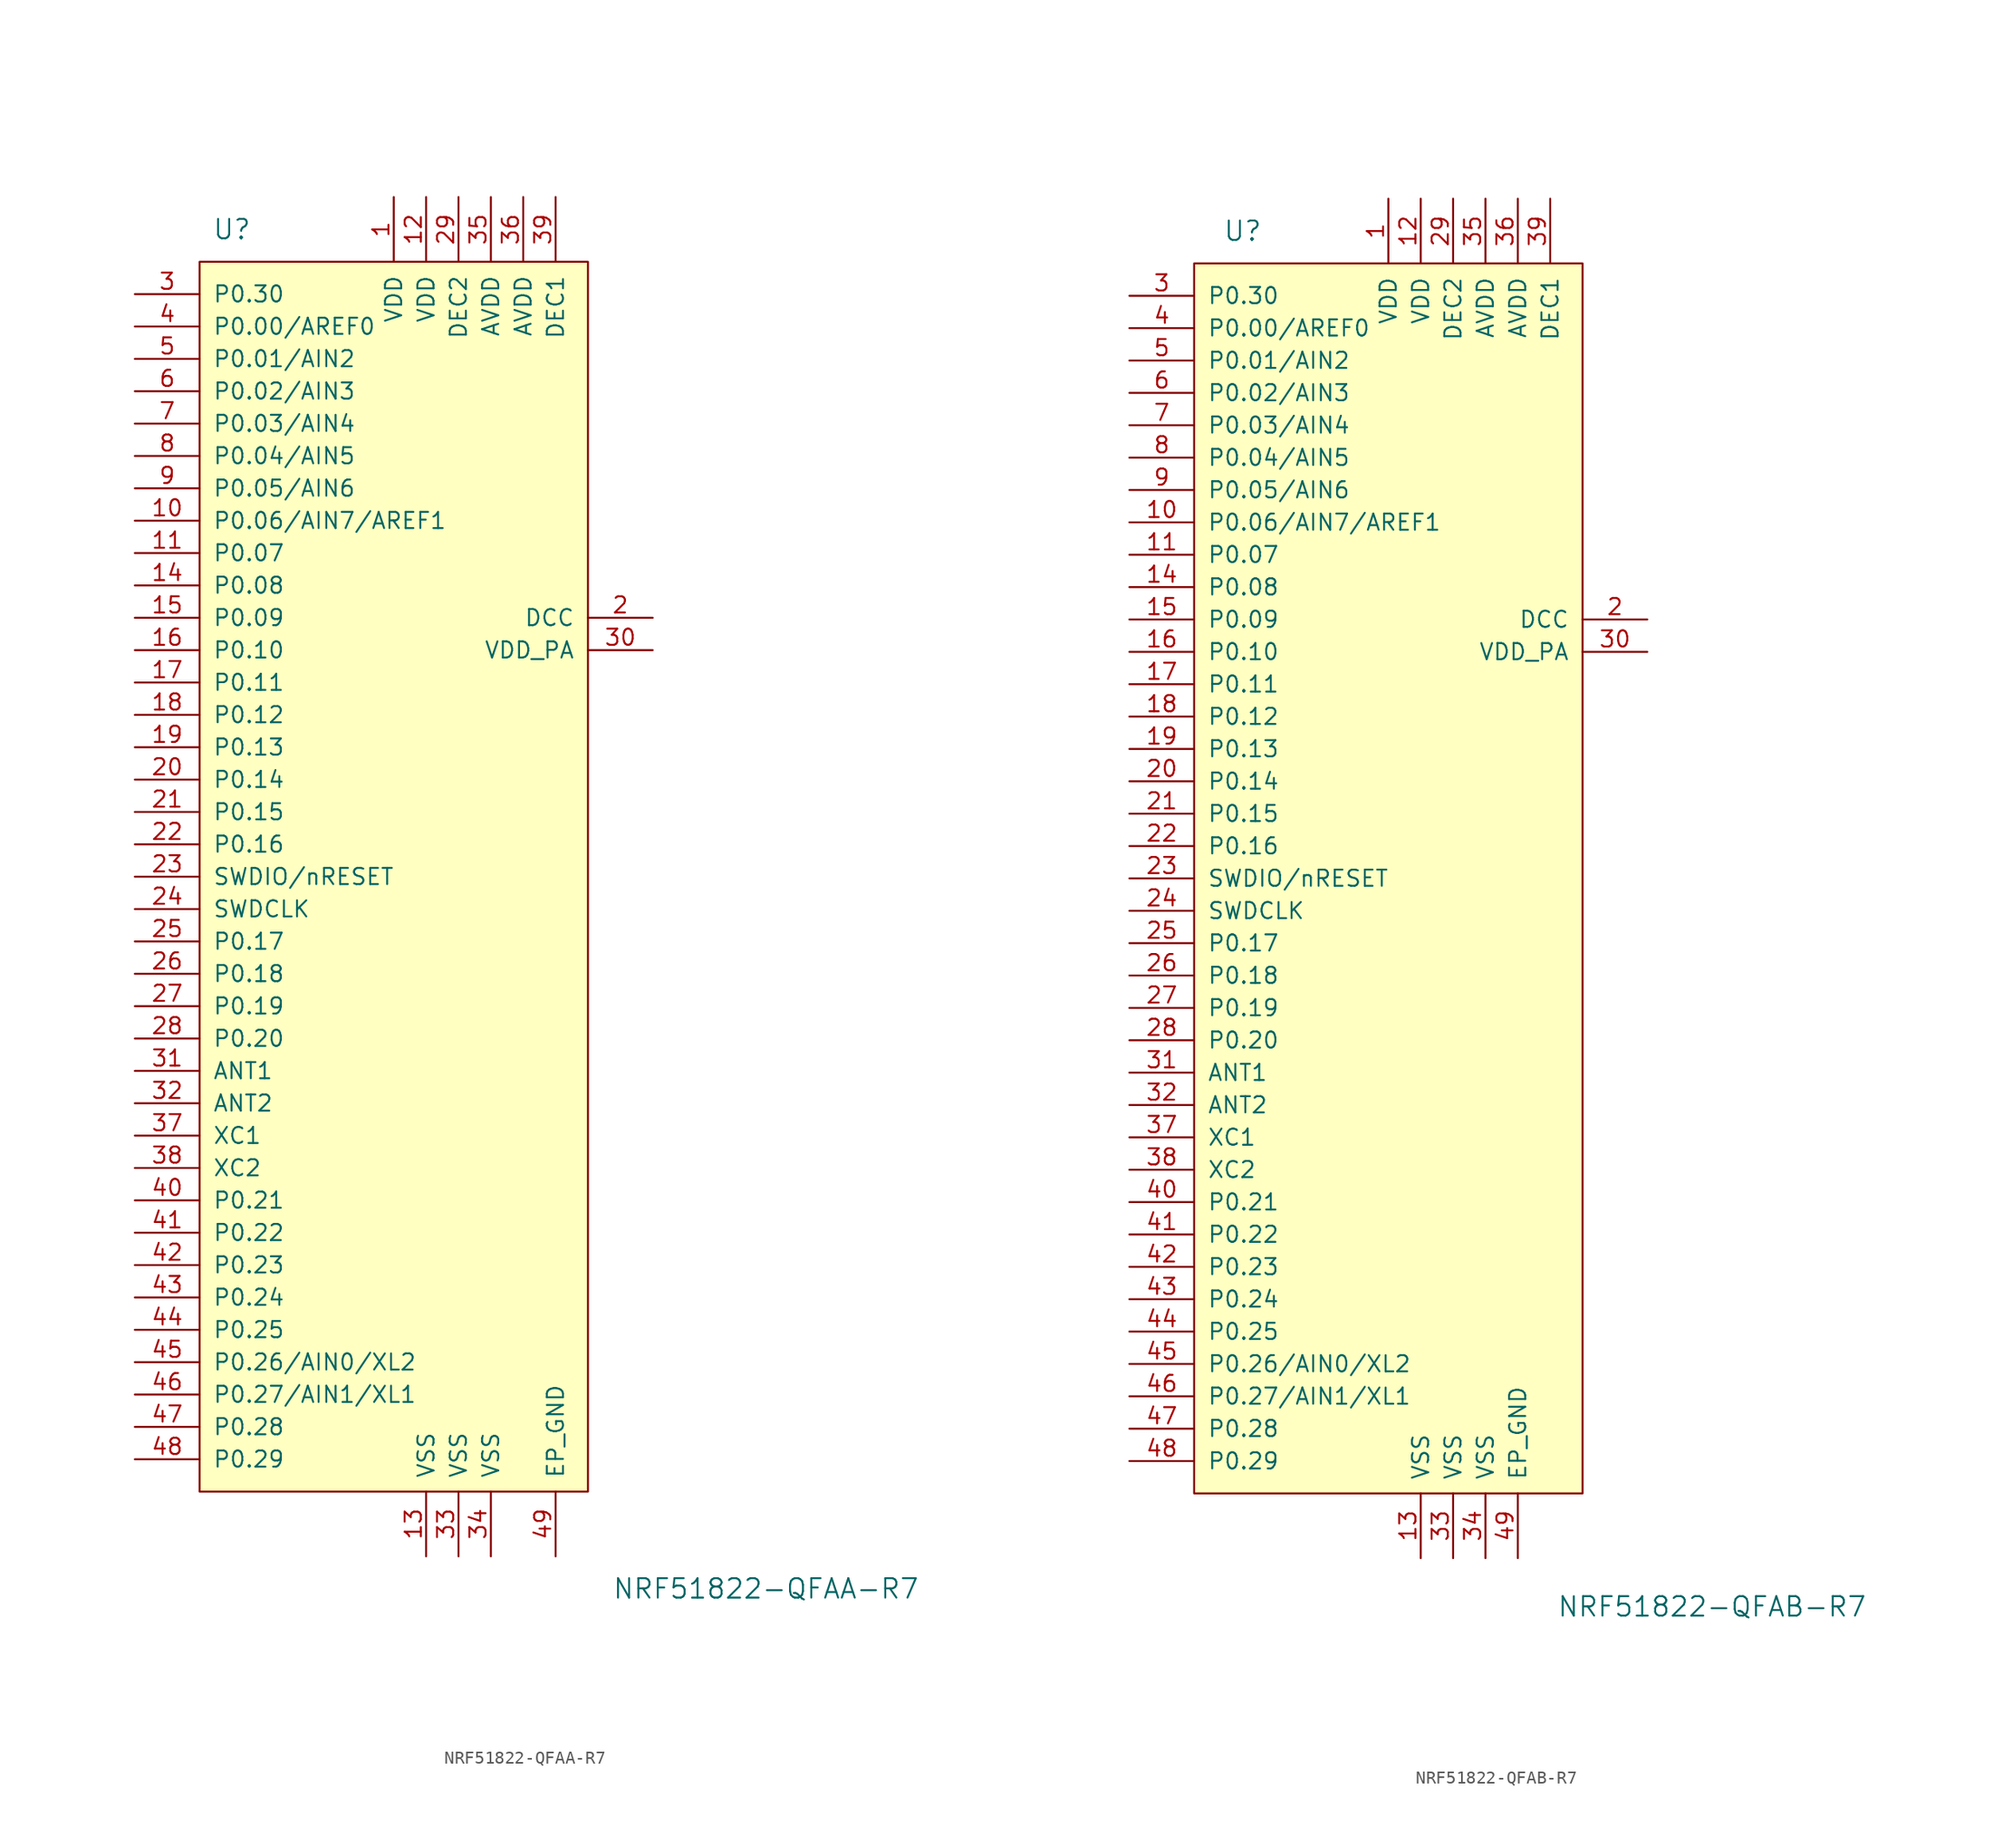
<source format=kicad_sym>
(kicad_symbol_lib
  (version 20211014)
  (generator kicad_symbol_editor)
  (symbol "NRF51822-QFAA-R7"
    (pin_names
      (offset 1.016))
    (property "Reference" "U"
      (at -17.78 45.72 0)
      (effects (font (size 1.524 1.524))))
    (property "Value" "NRF51822-QFAA-R7"
      (at 24.13 -60.96 0)
      (effects (font (size 1.524 1.524))))
    (symbol "NRF51822-QFAA-R7_0_1"
      (rectangle (start -20.32 43.18) (end 10.16 -53.34) (stroke (width 0) (type default) (color 0 0 0 0)) (fill (type background))))
    (symbol "NRF51822-QFAA-R7_1_1"
      (pin power_in line (at -5.08 48.26 270) (length 5.08) (name "VDD" (effects (font (size 1.27 1.27)))) (number "1" (effects (font (size 1.27 1.27)))))
      (pin bidirectional line (at -25.4 22.86 0) (length 5.08) (name "P0.06/AIN7/AREF1" (effects (font (size 1.27 1.27)))) (number "10" (effects (font (size 1.27 1.27)))))
      (pin bidirectional line (at -25.4 20.32 0) (length 5.08) (name "P0.07" (effects (font (size 1.27 1.27)))) (number "11" (effects (font (size 1.27 1.27)))))
      (pin power_in line (at -2.54 48.26 270) (length 5.08) (name "VDD" (effects (font (size 1.27 1.27)))) (number "12" (effects (font (size 1.27 1.27)))))
      (pin power_in line (at -2.54 -58.42 90) (length 5.08) (name "VSS" (effects (font (size 1.27 1.27)))) (number "13" (effects (font (size 1.27 1.27)))))
      (pin bidirectional line (at -25.4 17.78 0) (length 5.08) (name "P0.08" (effects (font (size 1.27 1.27)))) (number "14" (effects (font (size 1.27 1.27)))))
      (pin bidirectional line (at -25.4 15.24 0) (length 5.08) (name "P0.09" (effects (font (size 1.27 1.27)))) (number "15" (effects (font (size 1.27 1.27)))))
      (pin bidirectional line (at -25.4 12.7 0) (length 5.08) (name "P0.10" (effects (font (size 1.27 1.27)))) (number "16" (effects (font (size 1.27 1.27)))))
      (pin bidirectional line (at -25.4 10.16 0) (length 5.08) (name "P0.11" (effects (font (size 1.27 1.27)))) (number "17" (effects (font (size 1.27 1.27)))))
      (pin bidirectional line (at -25.4 7.62 0) (length 5.08) (name "P0.12" (effects (font (size 1.27 1.27)))) (number "18" (effects (font (size 1.27 1.27)))))
      (pin bidirectional line (at -25.4 5.08 0) (length 5.08) (name "P0.13" (effects (font (size 1.27 1.27)))) (number "19" (effects (font (size 1.27 1.27)))))
      (pin power_out line (at 15.24 15.24 180) (length 5.08) (name "DCC" (effects (font (size 1.27 1.27)))) (number "2" (effects (font (size 1.27 1.27)))))
      (pin bidirectional line (at -25.4 2.54 0) (length 5.08) (name "P0.14" (effects (font (size 1.27 1.27)))) (number "20" (effects (font (size 1.27 1.27)))))
      (pin bidirectional line (at -25.4 0 0) (length 5.08) (name "P0.15" (effects (font (size 1.27 1.27)))) (number "21" (effects (font (size 1.27 1.27)))))
      (pin bidirectional line (at -25.4 -2.54 0) (length 5.08) (name "P0.16" (effects (font (size 1.27 1.27)))) (number "22" (effects (font (size 1.27 1.27)))))
      (pin bidirectional line (at -25.4 -5.08 0) (length 5.08) (name "SWDIO/nRESET" (effects (font (size 1.27 1.27)))) (number "23" (effects (font (size 1.27 1.27)))))
      (pin input line (at -25.4 -7.62 0) (length 5.08) (name "SWDCLK" (effects (font (size 1.27 1.27)))) (number "24" (effects (font (size 1.27 1.27)))))
      (pin bidirectional line (at -25.4 -10.16 0) (length 5.08) (name "P0.17" (effects (font (size 1.27 1.27)))) (number "25" (effects (font (size 1.27 1.27)))))
      (pin bidirectional line (at -25.4 -12.7 0) (length 5.08) (name "P0.18" (effects (font (size 1.27 1.27)))) (number "26" (effects (font (size 1.27 1.27)))))
      (pin bidirectional line (at -25.4 -15.24 0) (length 5.08) (name "P0.19" (effects (font (size 1.27 1.27)))) (number "27" (effects (font (size 1.27 1.27)))))
      (pin bidirectional line (at -25.4 -17.78 0) (length 5.08) (name "P0.20" (effects (font (size 1.27 1.27)))) (number "28" (effects (font (size 1.27 1.27)))))
      (pin power_in line (at 0 48.26 270) (length 5.08) (name "DEC2" (effects (font (size 1.27 1.27)))) (number "29" (effects (font (size 1.27 1.27)))))
      (pin bidirectional line (at -25.4 40.64 0) (length 5.08) (name "P0.30" (effects (font (size 1.27 1.27)))) (number "3" (effects (font (size 1.27 1.27)))))
      (pin power_out line (at 15.24 12.7 180) (length 5.08) (name "VDD_PA" (effects (font (size 1.27 1.27)))) (number "30" (effects (font (size 1.27 1.27)))))
      (pin input line (at -25.4 -20.32 0) (length 5.08) (name "ANT1" (effects (font (size 1.27 1.27)))) (number "31" (effects (font (size 1.27 1.27)))))
      (pin input line (at -25.4 -22.86 0) (length 5.08) (name "ANT2" (effects (font (size 1.27 1.27)))) (number "32" (effects (font (size 1.27 1.27)))))
      (pin power_in line (at 0 -58.42 90) (length 5.08) (name "VSS" (effects (font (size 1.27 1.27)))) (number "33" (effects (font (size 1.27 1.27)))))
      (pin power_in line (at 2.54 -58.42 90) (length 5.08) (name "VSS" (effects (font (size 1.27 1.27)))) (number "34" (effects (font (size 1.27 1.27)))))
      (pin power_in line (at 2.54 48.26 270) (length 5.08) (name "AVDD" (effects (font (size 1.27 1.27)))) (number "35" (effects (font (size 1.27 1.27)))))
      (pin power_in line (at 5.08 48.26 270) (length 5.08) (name "AVDD" (effects (font (size 1.27 1.27)))) (number "36" (effects (font (size 1.27 1.27)))))
      (pin input line (at -25.4 -25.4 0) (length 5.08) (name "XC1" (effects (font (size 1.27 1.27)))) (number "37" (effects (font (size 1.27 1.27)))))
      (pin input line (at -25.4 -27.94 0) (length 5.08) (name "XC2" (effects (font (size 1.27 1.27)))) (number "38" (effects (font (size 1.27 1.27)))))
      (pin power_in line (at 7.62 48.26 270) (length 5.08) (name "DEC1" (effects (font (size 1.27 1.27)))) (number "39" (effects (font (size 1.27 1.27)))))
      (pin bidirectional line (at -25.4 38.1 0) (length 5.08) (name "P0.00/AREF0" (effects (font (size 1.27 1.27)))) (number "4" (effects (font (size 1.27 1.27)))))
      (pin bidirectional line (at -25.4 -30.48 0) (length 5.08) (name "P0.21" (effects (font (size 1.27 1.27)))) (number "40" (effects (font (size 1.27 1.27)))))
      (pin bidirectional line (at -25.4 -33.02 0) (length 5.08) (name "P0.22" (effects (font (size 1.27 1.27)))) (number "41" (effects (font (size 1.27 1.27)))))
      (pin bidirectional line (at -25.4 -35.56 0) (length 5.08) (name "P0.23" (effects (font (size 1.27 1.27)))) (number "42" (effects (font (size 1.27 1.27)))))
      (pin bidirectional line (at -25.4 -38.1 0) (length 5.08) (name "P0.24" (effects (font (size 1.27 1.27)))) (number "43" (effects (font (size 1.27 1.27)))))
      (pin bidirectional line (at -25.4 -40.64 0) (length 5.08) (name "P0.25" (effects (font (size 1.27 1.27)))) (number "44" (effects (font (size 1.27 1.27)))))
      (pin bidirectional line (at -25.4 -43.18 0) (length 5.08) (name "P0.26/AIN0/XL2" (effects (font (size 1.27 1.27)))) (number "45" (effects (font (size 1.27 1.27)))))
      (pin bidirectional line (at -25.4 -45.72 0) (length 5.08) (name "P0.27/AIN1/XL1" (effects (font (size 1.27 1.27)))) (number "46" (effects (font (size 1.27 1.27)))))
      (pin bidirectional line (at -25.4 -48.26 0) (length 5.08) (name "P0.28" (effects (font (size 1.27 1.27)))) (number "47" (effects (font (size 1.27 1.27)))))
      (pin bidirectional line (at -25.4 -50.8 0) (length 5.08) (name "P0.29" (effects (font (size 1.27 1.27)))) (number "48" (effects (font (size 1.27 1.27)))))
      (pin power_in line (at 7.62 -58.42 90) (length 5.08) (name "EP_GND" (effects (font (size 1.27 1.27)))) (number "49" (effects (font (size 1.27 1.27)))))
      (pin bidirectional line (at -25.4 35.56 0) (length 5.08) (name "P0.01/AIN2" (effects (font (size 1.27 1.27)))) (number "5" (effects (font (size 1.27 1.27)))))
      (pin bidirectional line (at -25.4 33.02 0) (length 5.08) (name "P0.02/AIN3" (effects (font (size 1.27 1.27)))) (number "6" (effects (font (size 1.27 1.27)))))
      (pin bidirectional line (at -25.4 30.48 0) (length 5.08) (name "P0.03/AIN4" (effects (font (size 1.27 1.27)))) (number "7" (effects (font (size 1.27 1.27)))))
      (pin bidirectional line (at -25.4 27.94 0) (length 5.08) (name "P0.04/AIN5" (effects (font (size 1.27 1.27)))) (number "8" (effects (font (size 1.27 1.27)))))
      (pin bidirectional line (at -25.4 25.4 0) (length 5.08) (name "P0.05/AIN6" (effects (font (size 1.27 1.27)))) (number "9" (effects (font (size 1.27 1.27)))))))
  (symbol "NRF51822-QFAB-R7"
    (pin_names
      (offset 1.016))
    (property "Reference" "U"
      (at -16.51 45.72 0)
      (effects (font (size 1.524 1.524))))
    (property "Value" "NRF51822-QFAB-R7"
      (at 20.32 -62.23 0)
      (effects (font (size 1.524 1.524))))
    (symbol "NRF51822-QFAB-R7_0_1"
      (rectangle (start -20.32 43.18) (end 10.16 -53.34) (stroke (width 0) (type default) (color 0 0 0 0)) (fill (type background))))
    (symbol "NRF51822-QFAB-R7_1_1"
      (pin power_in line (at -5.08 48.26 270) (length 5.08) (name "VDD" (effects (font (size 1.27 1.27)))) (number "1" (effects (font (size 1.27 1.27)))))
      (pin bidirectional line (at -25.4 22.86 0) (length 5.08) (name "P0.06/AIN7/AREF1" (effects (font (size 1.27 1.27)))) (number "10" (effects (font (size 1.27 1.27)))))
      (pin bidirectional line (at -25.4 20.32 0) (length 5.08) (name "P0.07" (effects (font (size 1.27 1.27)))) (number "11" (effects (font (size 1.27 1.27)))))
      (pin power_in line (at -2.54 48.26 270) (length 5.08) (name "VDD" (effects (font (size 1.27 1.27)))) (number "12" (effects (font (size 1.27 1.27)))))
      (pin power_in line (at -2.54 -58.42 90) (length 5.08) (name "VSS" (effects (font (size 1.27 1.27)))) (number "13" (effects (font (size 1.27 1.27)))))
      (pin bidirectional line (at -25.4 17.78 0) (length 5.08) (name "P0.08" (effects (font (size 1.27 1.27)))) (number "14" (effects (font (size 1.27 1.27)))))
      (pin bidirectional line (at -25.4 15.24 0) (length 5.08) (name "P0.09" (effects (font (size 1.27 1.27)))) (number "15" (effects (font (size 1.27 1.27)))))
      (pin bidirectional line (at -25.4 12.7 0) (length 5.08) (name "P0.10" (effects (font (size 1.27 1.27)))) (number "16" (effects (font (size 1.27 1.27)))))
      (pin bidirectional line (at -25.4 10.16 0) (length 5.08) (name "P0.11" (effects (font (size 1.27 1.27)))) (number "17" (effects (font (size 1.27 1.27)))))
      (pin bidirectional line (at -25.4 7.62 0) (length 5.08) (name "P0.12" (effects (font (size 1.27 1.27)))) (number "18" (effects (font (size 1.27 1.27)))))
      (pin bidirectional line (at -25.4 5.08 0) (length 5.08) (name "P0.13" (effects (font (size 1.27 1.27)))) (number "19" (effects (font (size 1.27 1.27)))))
      (pin power_out line (at 15.24 15.24 180) (length 5.08) (name "DCC" (effects (font (size 1.27 1.27)))) (number "2" (effects (font (size 1.27 1.27)))))
      (pin bidirectional line (at -25.4 2.54 0) (length 5.08) (name "P0.14" (effects (font (size 1.27 1.27)))) (number "20" (effects (font (size 1.27 1.27)))))
      (pin bidirectional line (at -25.4 0 0) (length 5.08) (name "P0.15" (effects (font (size 1.27 1.27)))) (number "21" (effects (font (size 1.27 1.27)))))
      (pin bidirectional line (at -25.4 -2.54 0) (length 5.08) (name "P0.16" (effects (font (size 1.27 1.27)))) (number "22" (effects (font (size 1.27 1.27)))))
      (pin bidirectional line (at -25.4 -5.08 0) (length 5.08) (name "SWDIO/nRESET" (effects (font (size 1.27 1.27)))) (number "23" (effects (font (size 1.27 1.27)))))
      (pin input line (at -25.4 -7.62 0) (length 5.08) (name "SWDCLK" (effects (font (size 1.27 1.27)))) (number "24" (effects (font (size 1.27 1.27)))))
      (pin bidirectional line (at -25.4 -10.16 0) (length 5.08) (name "P0.17" (effects (font (size 1.27 1.27)))) (number "25" (effects (font (size 1.27 1.27)))))
      (pin bidirectional line (at -25.4 -12.7 0) (length 5.08) (name "P0.18" (effects (font (size 1.27 1.27)))) (number "26" (effects (font (size 1.27 1.27)))))
      (pin bidirectional line (at -25.4 -15.24 0) (length 5.08) (name "P0.19" (effects (font (size 1.27 1.27)))) (number "27" (effects (font (size 1.27 1.27)))))
      (pin bidirectional line (at -25.4 -17.78 0) (length 5.08) (name "P0.20" (effects (font (size 1.27 1.27)))) (number "28" (effects (font (size 1.27 1.27)))))
      (pin power_in line (at 0 48.26 270) (length 5.08) (name "DEC2" (effects (font (size 1.27 1.27)))) (number "29" (effects (font (size 1.27 1.27)))))
      (pin bidirectional line (at -25.4 40.64 0) (length 5.08) (name "P0.30" (effects (font (size 1.27 1.27)))) (number "3" (effects (font (size 1.27 1.27)))))
      (pin power_out line (at 15.24 12.7 180) (length 5.08) (name "VDD_PA" (effects (font (size 1.27 1.27)))) (number "30" (effects (font (size 1.27 1.27)))))
      (pin input line (at -25.4 -20.32 0) (length 5.08) (name "ANT1" (effects (font (size 1.27 1.27)))) (number "31" (effects (font (size 1.27 1.27)))))
      (pin input line (at -25.4 -22.86 0) (length 5.08) (name "ANT2" (effects (font (size 1.27 1.27)))) (number "32" (effects (font (size 1.27 1.27)))))
      (pin power_in line (at 0 -58.42 90) (length 5.08) (name "VSS" (effects (font (size 1.27 1.27)))) (number "33" (effects (font (size 1.27 1.27)))))
      (pin power_in line (at 2.54 -58.42 90) (length 5.08) (name "VSS" (effects (font (size 1.27 1.27)))) (number "34" (effects (font (size 1.27 1.27)))))
      (pin power_in line (at 2.54 48.26 270) (length 5.08) (name "AVDD" (effects (font (size 1.27 1.27)))) (number "35" (effects (font (size 1.27 1.27)))))
      (pin power_in line (at 5.08 48.26 270) (length 5.08) (name "AVDD" (effects (font (size 1.27 1.27)))) (number "36" (effects (font (size 1.27 1.27)))))
      (pin input line (at -25.4 -25.4 0) (length 5.08) (name "XC1" (effects (font (size 1.27 1.27)))) (number "37" (effects (font (size 1.27 1.27)))))
      (pin input line (at -25.4 -27.94 0) (length 5.08) (name "XC2" (effects (font (size 1.27 1.27)))) (number "38" (effects (font (size 1.27 1.27)))))
      (pin power_in line (at 7.62 48.26 270) (length 5.08) (name "DEC1" (effects (font (size 1.27 1.27)))) (number "39" (effects (font (size 1.27 1.27)))))
      (pin bidirectional line (at -25.4 38.1 0) (length 5.08) (name "P0.00/AREF0" (effects (font (size 1.27 1.27)))) (number "4" (effects (font (size 1.27 1.27)))))
      (pin bidirectional line (at -25.4 -30.48 0) (length 5.08) (name "P0.21" (effects (font (size 1.27 1.27)))) (number "40" (effects (font (size 1.27 1.27)))))
      (pin bidirectional line (at -25.4 -33.02 0) (length 5.08) (name "P0.22" (effects (font (size 1.27 1.27)))) (number "41" (effects (font (size 1.27 1.27)))))
      (pin bidirectional line (at -25.4 -35.56 0) (length 5.08) (name "P0.23" (effects (font (size 1.27 1.27)))) (number "42" (effects (font (size 1.27 1.27)))))
      (pin bidirectional line (at -25.4 -38.1 0) (length 5.08) (name "P0.24" (effects (font (size 1.27 1.27)))) (number "43" (effects (font (size 1.27 1.27)))))
      (pin bidirectional line (at -25.4 -40.64 0) (length 5.08) (name "P0.25" (effects (font (size 1.27 1.27)))) (number "44" (effects (font (size 1.27 1.27)))))
      (pin bidirectional line (at -25.4 -43.18 0) (length 5.08) (name "P0.26/AIN0/XL2" (effects (font (size 1.27 1.27)))) (number "45" (effects (font (size 1.27 1.27)))))
      (pin bidirectional line (at -25.4 -45.72 0) (length 5.08) (name "P0.27/AIN1/XL1" (effects (font (size 1.27 1.27)))) (number "46" (effects (font (size 1.27 1.27)))))
      (pin bidirectional line (at -25.4 -48.26 0) (length 5.08) (name "P0.28" (effects (font (size 1.27 1.27)))) (number "47" (effects (font (size 1.27 1.27)))))
      (pin bidirectional line (at -25.4 -50.8 0) (length 5.08) (name "P0.29" (effects (font (size 1.27 1.27)))) (number "48" (effects (font (size 1.27 1.27)))))
      (pin power_out line (at 5.08 -58.42 90) (length 5.08) (name "EP_GND" (effects (font (size 1.27 1.27)))) (number "49" (effects (font (size 1.27 1.27)))))
      (pin bidirectional line (at -25.4 35.56 0) (length 5.08) (name "P0.01/AIN2" (effects (font (size 1.27 1.27)))) (number "5" (effects (font (size 1.27 1.27)))))
      (pin bidirectional line (at -25.4 33.02 0) (length 5.08) (name "P0.02/AIN3" (effects (font (size 1.27 1.27)))) (number "6" (effects (font (size 1.27 1.27)))))
      (pin bidirectional line (at -25.4 30.48 0) (length 5.08) (name "P0.03/AIN4" (effects (font (size 1.27 1.27)))) (number "7" (effects (font (size 1.27 1.27)))))
      (pin bidirectional line (at -25.4 27.94 0) (length 5.08) (name "P0.04/AIN5" (effects (font (size 1.27 1.27)))) (number "8" (effects (font (size 1.27 1.27)))))
      (pin bidirectional line (at -25.4 25.4 0) (length 5.08) (name "P0.05/AIN6" (effects (font (size 1.27 1.27)))) (number "9" (effects (font (size 1.27 1.27))))))))
</source>
